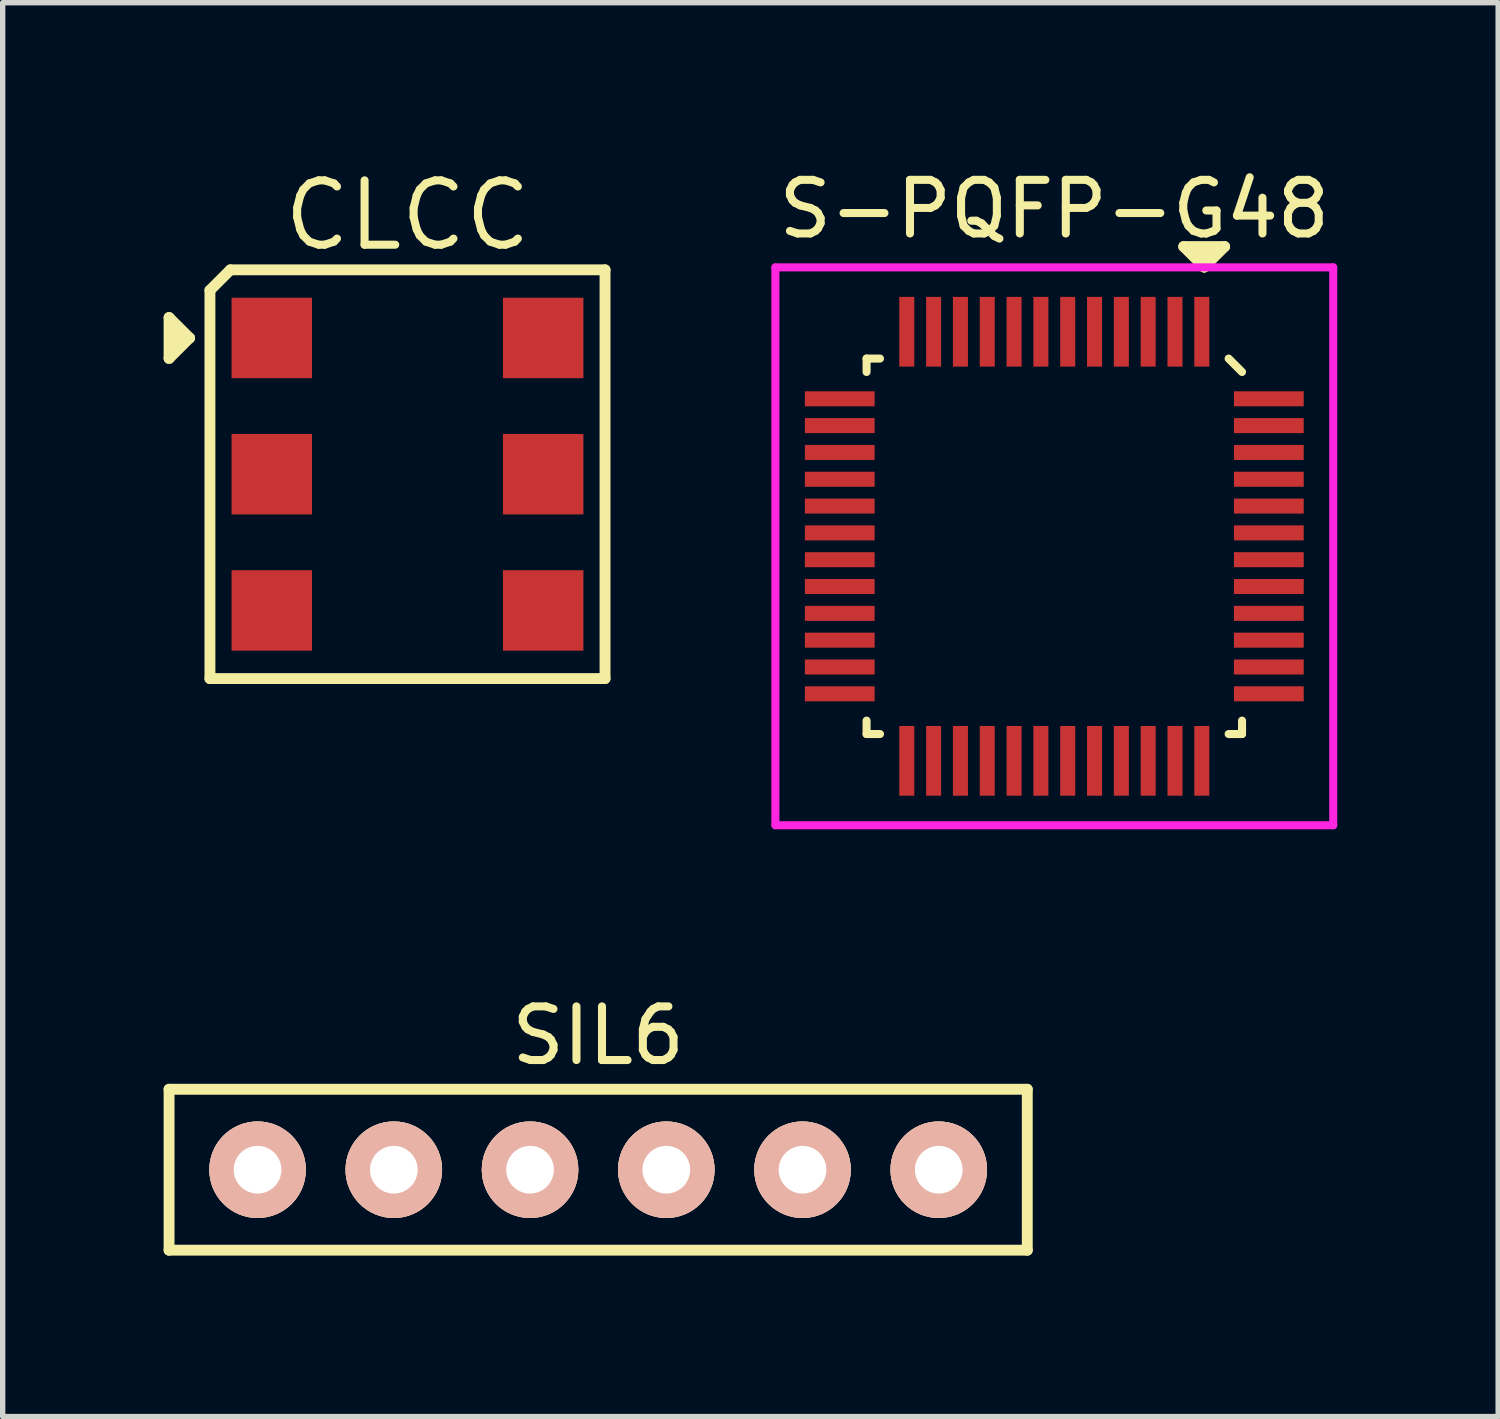
<source format=kicad_pcb>
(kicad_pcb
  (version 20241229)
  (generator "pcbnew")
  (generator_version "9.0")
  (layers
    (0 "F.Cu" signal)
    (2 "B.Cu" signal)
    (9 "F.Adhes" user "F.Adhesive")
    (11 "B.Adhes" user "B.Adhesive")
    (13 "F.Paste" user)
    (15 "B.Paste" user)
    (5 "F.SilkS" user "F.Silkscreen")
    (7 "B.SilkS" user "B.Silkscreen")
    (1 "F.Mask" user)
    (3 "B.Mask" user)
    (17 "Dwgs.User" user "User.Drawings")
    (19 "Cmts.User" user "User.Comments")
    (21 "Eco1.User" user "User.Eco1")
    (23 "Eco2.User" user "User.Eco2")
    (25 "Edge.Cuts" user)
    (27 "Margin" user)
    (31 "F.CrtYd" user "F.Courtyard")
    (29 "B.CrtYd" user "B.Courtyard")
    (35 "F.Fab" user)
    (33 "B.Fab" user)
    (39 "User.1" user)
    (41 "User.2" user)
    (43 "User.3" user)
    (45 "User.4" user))
  (footprint "S-PQFP-G48"
    (layer "F.Cu")
    (at 16.606 7.135)
    (property "Reference" "S-PQFP-G48" (at 0 -6.287 0) (layer "F.SilkS") (effects (font (size 1 1) (thickness 0.15))))
    (attr through_hole)
    (fp_line (start -3.5 -3.5) (end -3.25 -3.5) (stroke (width 0.15) (type solid)) (layer "F.SilkS"))
    (fp_line (start -3.5 -3.25) (end -3.5 -3.5) (stroke (width 0.15) (type solid)) (layer "F.SilkS"))
    (fp_line (start -3.5 3.25) (end -3.5 3.5) (stroke (width 0.15) (type solid)) (layer "F.SilkS"))
    (fp_line (start -3.5 3.5) (end -3.25 3.5) (stroke (width 0.15) (type solid)) (layer "F.SilkS"))
    (fp_line (start 2.413 -5.588) (end 2.794 -5.207) (stroke (width 0.203) (type solid)) (layer "F.SilkS"))
    (fp_line (start 2.794 -5.207) (end 2.921 -5.461) (stroke (width 0.203) (type solid)) (layer "F.SilkS"))
    (fp_line (start 2.794 -5.207) (end 3.175 -5.588) (stroke (width 0.203) (type solid)) (layer "F.SilkS"))
    (fp_line (start 2.921 -5.461) (end 2.667 -5.461) (stroke (width 0.203) (type solid)) (layer "F.SilkS"))
    (fp_line (start 3.175 -5.588) (end 2.413 -5.588) (stroke (width 0.203) (type solid)) (layer "F.SilkS"))
    (fp_line (start 3.25 -3.5) (end 3.5 -3.25) (stroke (width 0.15) (type solid)) (layer "F.SilkS"))
    (fp_line (start 3.5 3.25) (end 3.5 3.5) (stroke (width 0.15) (type solid)) (layer "F.SilkS"))
    (fp_line (start 3.5 3.5) (end 3.25 3.5) (stroke (width 0.15) (type solid)) (layer "F.SilkS"))
    (fp_line (start -5.2 -5.2) (end 5.2 -5.2) (stroke (width 0.15) (type solid)) (layer "F.CrtYd"))
    (fp_line (start -5.2 5.2) (end -5.2 -5.2) (stroke (width 0.15) (type solid)) (layer "F.CrtYd"))
    (fp_line (start 5.2 -5.2) (end 5.2 5.2) (stroke (width 0.15) (type solid)) (layer "F.CrtYd"))
    (fp_line (start 5.2 5.2) (end -5.2 5.2) (stroke (width 0.15) (type solid)) (layer "F.CrtYd"))
    (pad "1" smd rect (at 2.75 -4) (size 0.28 1.3) (layers "F.Cu" "F.Mask" "F.Paste"))
    (pad "2" smd rect (at 2.25 -4) (size 0.28 1.3) (layers "F.Cu" "F.Mask" "F.Paste"))
    (pad "3" smd rect (at 1.75 -4) (size 0.28 1.3) (layers "F.Cu" "F.Mask" "F.Paste"))
    (pad "4" smd rect (at 1.25 -4) (size 0.28 1.3) (layers "F.Cu" "F.Mask" "F.Paste"))
    (pad "5" smd rect (at 0.75 -4) (size 0.28 1.3) (layers "F.Cu" "F.Mask" "F.Paste"))
    (pad "6" smd rect (at 0.25 -4) (size 0.28 1.3) (layers "F.Cu" "F.Mask" "F.Paste"))
    (pad "7" smd rect (at -0.25 -4) (size 0.28 1.3) (layers "F.Cu" "F.Mask" "F.Paste"))
    (pad "8" smd rect (at -0.75 -4) (size 0.28 1.3) (layers "F.Cu" "F.Mask" "F.Paste"))
    (pad "9" smd rect (at -1.25 -4) (size 0.28 1.3) (layers "F.Cu" "F.Mask" "F.Paste"))
    (pad "10" smd rect (at -1.75 -4) (size 0.28 1.3) (layers "F.Cu" "F.Mask" "F.Paste"))
    (pad "11" smd rect (at -2.25 -4) (size 0.28 1.3) (layers "F.Cu" "F.Mask" "F.Paste"))
    (pad "12" smd rect (at -2.75 -4) (size 0.28 1.3) (layers "F.Cu" "F.Mask" "F.Paste"))
    (pad "13" smd rect (at -4 -2.75 270) (size 0.28 1.3) (layers "F.Cu" "F.Mask" "F.Paste"))
    (pad "14" smd rect (at -4 -2.25 270) (size 0.28 1.3) (layers "F.Cu" "F.Mask" "F.Paste"))
    (pad "15" smd rect (at -4 -1.75 270) (size 0.28 1.3) (layers "F.Cu" "F.Mask" "F.Paste"))
    (pad "16" smd rect (at -4 -1.25 270) (size 0.28 1.3) (layers "F.Cu" "F.Mask" "F.Paste"))
    (pad "17" smd rect (at -4 -0.75 270) (size 0.28 1.3) (layers "F.Cu" "F.Mask" "F.Paste"))
    (pad "18" smd rect (at -4 -0.25 270) (size 0.28 1.3) (layers "F.Cu" "F.Mask" "F.Paste"))
    (pad "19" smd rect (at -4 0.25 270) (size 0.28 1.3) (layers "F.Cu" "F.Mask" "F.Paste"))
    (pad "20" smd rect (at -4 0.75 270) (size 0.28 1.3) (layers "F.Cu" "F.Mask" "F.Paste"))
    (pad "21" smd rect (at -4 1.25 270) (size 0.28 1.3) (layers "F.Cu" "F.Mask" "F.Paste"))
    (pad "22" smd rect (at -4 1.75 270) (size 0.28 1.3) (layers "F.Cu" "F.Mask" "F.Paste"))
    (pad "23" smd rect (at -4 2.25 270) (size 0.28 1.3) (layers "F.Cu" "F.Mask" "F.Paste"))
    (pad "24" smd rect (at -4 2.75 270) (size 0.28 1.3) (layers "F.Cu" "F.Mask" "F.Paste"))
    (pad "25" smd rect (at -2.75 4) (size 0.28 1.3) (layers "F.Cu" "F.Mask" "F.Paste"))
    (pad "26" smd rect (at -2.25 4) (size 0.28 1.3) (layers "F.Cu" "F.Mask" "F.Paste"))
    (pad "27" smd rect (at -1.75 4) (size 0.28 1.3) (layers "F.Cu" "F.Mask" "F.Paste"))
    (pad "28" smd rect (at -1.25 4) (size 0.28 1.3) (layers "F.Cu" "F.Mask" "F.Paste"))
    (pad "29" smd rect (at -0.75 4) (size 0.28 1.3) (layers "F.Cu" "F.Mask" "F.Paste"))
    (pad "30" smd rect (at -0.25 4) (size 0.28 1.3) (layers "F.Cu" "F.Mask" "F.Paste"))
    (pad "31" smd rect (at 0.25 4) (size 0.28 1.3) (layers "F.Cu" "F.Mask" "F.Paste"))
    (pad "32" smd rect (at 0.75 4) (size 0.28 1.3) (layers "F.Cu" "F.Mask" "F.Paste"))
    (pad "33" smd rect (at 1.25 4) (size 0.28 1.3) (layers "F.Cu" "F.Mask" "F.Paste"))
    (pad "34" smd rect (at 1.75 4) (size 0.28 1.3) (layers "F.Cu" "F.Mask" "F.Paste"))
    (pad "35" smd rect (at 2.25 4) (size 0.28 1.3) (layers "F.Cu" "F.Mask" "F.Paste"))
    (pad "36" smd rect (at 2.75 4) (size 0.28 1.3) (layers "F.Cu" "F.Mask" "F.Paste"))
    (pad "37" smd rect (at 4 2.75 270) (size 0.28 1.3) (layers "F.Cu" "F.Mask" "F.Paste"))
    (pad "38" smd rect (at 4 2.25 270) (size 0.28 1.3) (layers "F.Cu" "F.Mask" "F.Paste"))
    (pad "39" smd rect (at 4 1.75 270) (size 0.28 1.3) (layers "F.Cu" "F.Mask" "F.Paste"))
    (pad "40" smd rect (at 4 1.25 270) (size 0.28 1.3) (layers "F.Cu" "F.Mask" "F.Paste"))
    (pad "41" smd rect (at 4 0.75 270) (size 0.28 1.3) (layers "F.Cu" "F.Mask" "F.Paste"))
    (pad "42" smd rect (at 4 0.25 270) (size 0.28 1.3) (layers "F.Cu" "F.Mask" "F.Paste"))
    (pad "43" smd rect (at 4 -0.25 270) (size 0.28 1.3) (layers "F.Cu" "F.Mask" "F.Paste"))
    (pad "44" smd rect (at 4 -0.75 270) (size 0.28 1.3) (layers "F.Cu" "F.Mask" "F.Paste"))
    (pad "45" smd rect (at 4 -1.25 270) (size 0.28 1.3) (layers "F.Cu" "F.Mask" "F.Paste"))
    (pad "46" smd rect (at 4 -1.75 270) (size 0.28 1.3) (layers "F.Cu" "F.Mask" "F.Paste"))
    (pad "47" smd rect (at 4 -2.25 270) (size 0.28 1.3) (layers "F.Cu" "F.Mask" "F.Paste"))
    (pad "48" smd rect (at 4 -2.75 270) (size 0.28 1.3) (layers "F.Cu" "F.Mask" "F.Paste")))
  (footprint "SIL6"
    (layer "F.Cu")
    (at 8.102 18.758)
    (property "Reference" "SIL6" (at 0 -2.5 0) (layer "F.SilkS") (effects (font (size 1 1) (thickness 0.15))))
    (attr through_hole)
    (fp_line (start -8 -1.5) (end 8 -1.5) (stroke (width 0.203) (type solid)) (layer "F.SilkS"))
    (fp_line (start -8 1.5) (end -8 -1.5) (stroke (width 0.203) (type solid)) (layer "F.SilkS"))
    (fp_line (start 8 -1.5) (end 8 1.5) (stroke (width 0.203) (type solid)) (layer "F.SilkS"))
    (fp_line (start 8 1.5) (end -8 1.5) (stroke (width 0.203) (type solid)) (layer "F.SilkS"))
    (pad "1" thru_hole circle (at -6.35 0 180) (size 1.8 1.8) (drill 0.889) (layers "*.Cu" "*.SilkS" "*.Mask"))
    (pad "2" thru_hole circle (at -3.81 0 180) (size 1.8 1.8) (drill 0.889) (layers "*.Cu" "*.SilkS" "*.Mask"))
    (pad "3" thru_hole circle (at -1.27 0 180) (size 1.8 1.8) (drill 0.889) (layers "*.Cu" "*.SilkS" "*.Mask"))
    (pad "4" thru_hole circle (at 1.27 0 180) (size 1.8 1.8) (drill 0.889) (layers "*.Cu" "*.SilkS" "*.Mask"))
    (pad "5" thru_hole circle (at 3.81 0 180) (size 1.8 1.8) (drill 0.889) (layers "*.Cu" "*.SilkS" "*.Mask"))
    (pad "6" thru_hole circle (at 6.35 0 180) (size 1.8 1.8) (drill 0.889) (layers "*.Cu" "*.SilkS" "*.Mask")))
  (footprint "CLCC"
    (layer "F.Cu")
    (at 4.547 5.791)
    (property "Reference" "CLCC" (at 0 -4.826 180) (layer "F.SilkS") (effects (font (size 1.2 1.2) (thickness 0.15))))
    (attr through_hole)
    (fp_line (start -4.445 -2.921) (end -4.445 -2.159) (stroke (width 0.203) (type solid)) (layer "F.SilkS"))
    (fp_line (start -4.445 -2.159) (end -4.064 -2.54) (stroke (width 0.203) (type solid)) (layer "F.SilkS"))
    (fp_line (start -4.318 -2.667) (end -4.318 -2.413) (stroke (width 0.203) (type solid)) (layer "F.SilkS"))
    (fp_line (start -4.064 -2.54) (end -4.445 -2.921) (stroke (width 0.203) (type solid)) (layer "F.SilkS"))
    (fp_line (start -4.064 -2.54) (end -4.318 -2.667) (stroke (width 0.203) (type solid)) (layer "F.SilkS"))
    (fp_line (start -3.683 -3.429) (end -3.683 3.81) (stroke (width 0.203) (type solid)) (layer "F.SilkS"))
    (fp_line (start -3.683 -3.429) (end -3.302 -3.81) (stroke (width 0.203) (type solid)) (layer "F.SilkS"))
    (fp_line (start -3.683 3.81) (end 3.683 3.81) (stroke (width 0.203) (type solid)) (layer "F.SilkS"))
    (fp_line (start -3.302 -3.81) (end 3.683 -3.81) (stroke (width 0.203) (type solid)) (layer "F.SilkS"))
    (fp_line (start 3.683 -3.81) (end 3.683 3.81) (stroke (width 0.203) (type solid)) (layer "F.SilkS"))
    (pad "1" smd rect (at -2.53 -2.54 90) (size 1.5 1.5) (layers "F.Cu" "F.Mask" "F.Paste"))
    (pad "2" smd rect (at -2.53 0 270) (size 1.5 1.5) (layers "F.Cu" "F.Mask" "F.Paste"))
    (pad "3" smd rect (at -2.53 2.54 270) (size 1.5 1.5) (layers "F.Cu" "F.Mask" "F.Paste"))
    (pad "4" smd rect (at 2.53 2.54 270) (size 1.5 1.5) (layers "F.Cu" "F.Mask" "F.Paste"))
    (pad "5" smd rect (at 2.53 0 270) (size 1.5 1.5) (layers "F.Cu" "F.Mask" "F.Paste"))
    (pad "6" smd rect (at 2.53 -2.54 270) (size 1.5 1.5) (layers "F.Cu" "F.Mask" "F.Paste")))
  (gr_rect
    (start -3 -3)
    (end 24.881 23.36)
    (stroke (width 0.1) (type default))
    (fill no)
    (layer "Edge.Cuts")))
</source>
